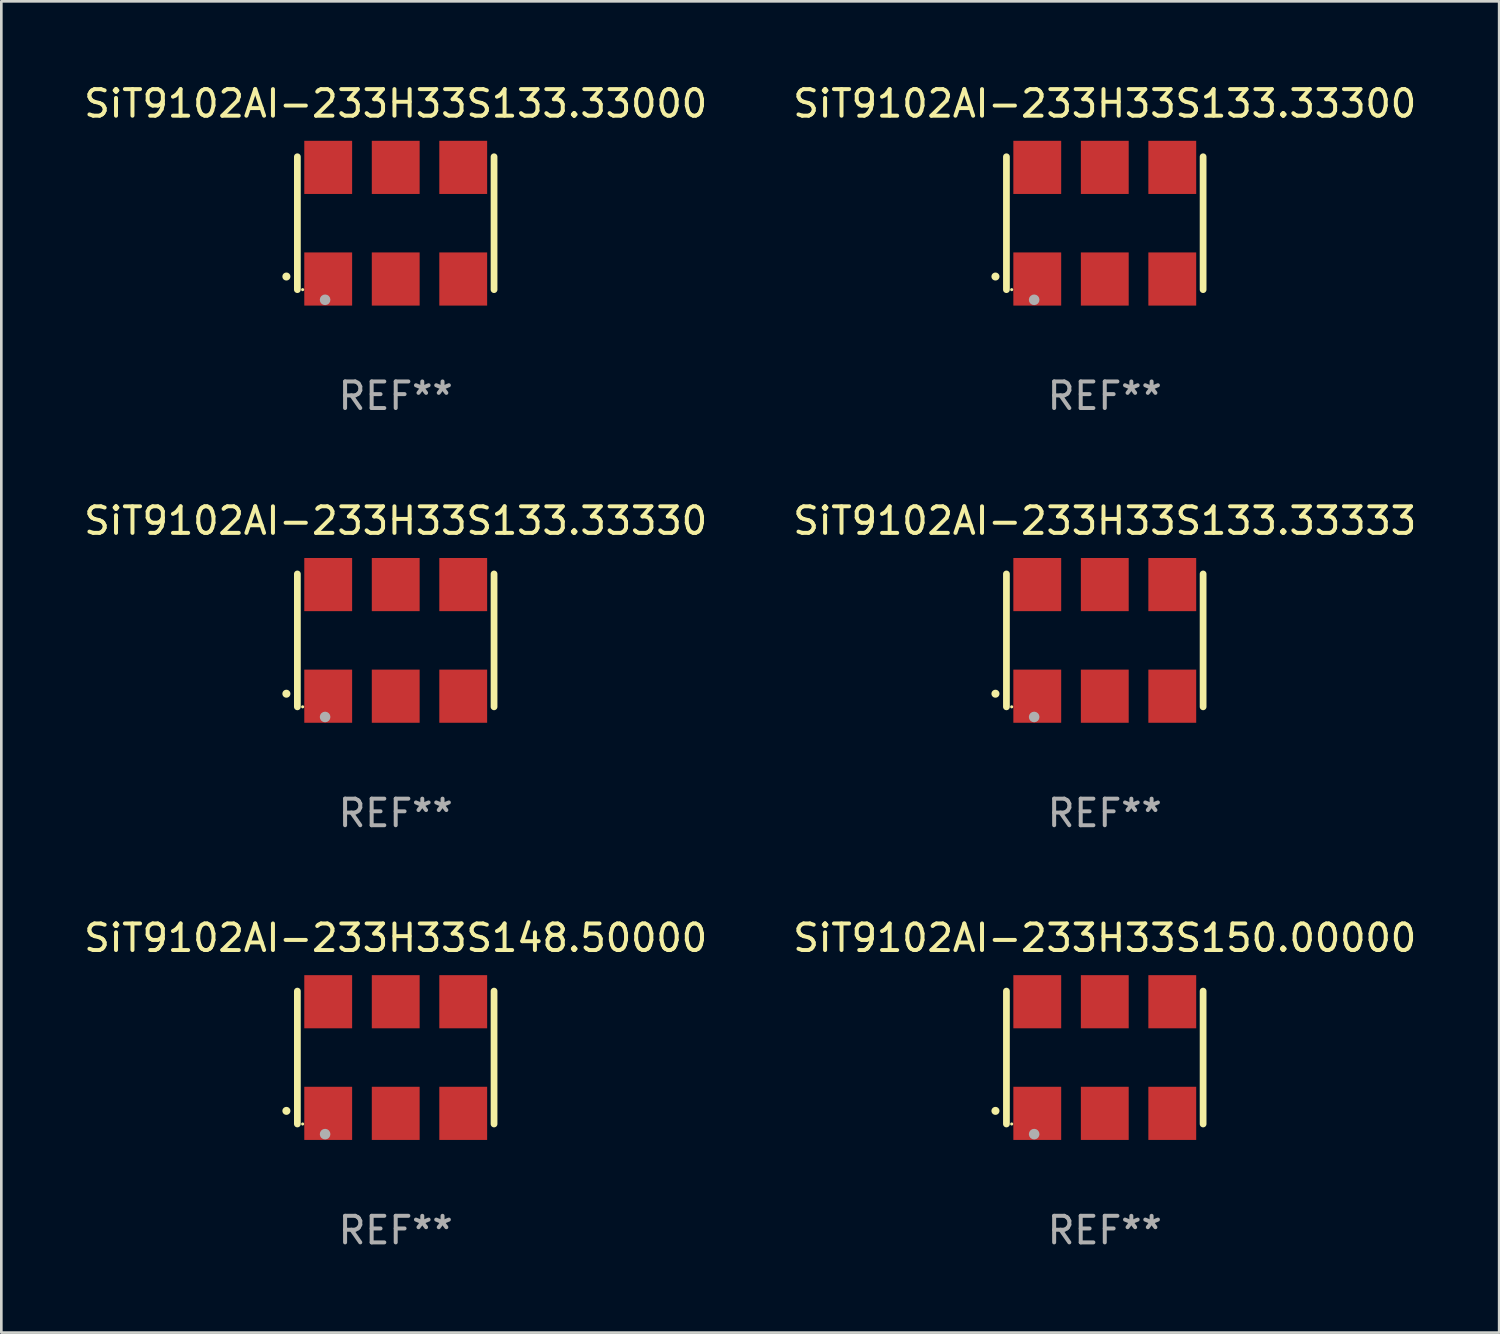
<source format=kicad_pcb>
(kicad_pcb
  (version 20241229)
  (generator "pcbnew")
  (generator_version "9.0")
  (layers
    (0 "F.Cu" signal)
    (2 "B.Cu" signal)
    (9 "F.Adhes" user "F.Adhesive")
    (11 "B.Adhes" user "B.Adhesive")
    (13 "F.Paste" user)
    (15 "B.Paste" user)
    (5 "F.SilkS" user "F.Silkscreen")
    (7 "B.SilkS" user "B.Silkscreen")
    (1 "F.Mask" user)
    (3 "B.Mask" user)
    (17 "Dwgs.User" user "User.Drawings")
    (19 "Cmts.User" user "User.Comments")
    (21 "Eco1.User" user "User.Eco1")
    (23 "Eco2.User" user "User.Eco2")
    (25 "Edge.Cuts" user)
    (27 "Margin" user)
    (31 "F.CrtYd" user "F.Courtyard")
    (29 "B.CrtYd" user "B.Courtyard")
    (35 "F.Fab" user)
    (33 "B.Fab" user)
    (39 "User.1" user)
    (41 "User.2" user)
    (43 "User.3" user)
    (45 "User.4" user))
  (footprint "SiT9102AI-233H33S133.33330"
    (layer "F.Cu")
    (at 11.839 21.045)
    (property "Reference" "SiT9102AI-233H33S133.33330" (at 0 -4.5 0) (layer "F.SilkS") (effects (font (size 1 1) (thickness 0.15))))
    (attr through_hole)
    (fp_line (start -3.7 -2.5) (end -3.7 2.5) (stroke (width 0.254) (type solid)) (layer "F.SilkS"))
    (fp_line (start 3.7 -2.5) (end 3.7 2.5) (stroke (width 0.254) (type solid)) (layer "F.SilkS"))
    (fp_arc (start -4.114415 2.006604) (mid -4.113145 2.006599) (end -4.111875 2.006604) (stroke (width 0.3) (type solid)) (layer "F.SilkS"))
    (fp_circle (center -3.502 2.5) (end -3.472 2.5) (stroke (width 0.06) (type solid)) (fill no) (layer "F.SilkS"))
    (fp_circle (center -2.657 2.882) (end -2.557 2.882) (stroke (width 0.2) (type solid)) (fill no) (layer "F.Fab"))
    (fp_text user "REF**" (at 0 6.5 0) (layer "F.Fab") (effects (font (size 1 1) (thickness 0.15))))
    (pad "1" smd rect (at -2.54 2.1) (size 1.8 2) (layers "F.Cu" "F.Mask" "F.Paste"))
    (pad "2" smd rect (at 0.000394 2.1) (size 1.8 2) (layers "F.Cu" "F.Mask" "F.Paste"))
    (pad "3" smd rect (at 2.54 2.1) (size 1.8 2) (layers "F.Cu" "F.Mask" "F.Paste"))
    (pad "4" smd rect (at 2.54 -2.1) (size 1.8 2) (layers "F.Cu" "F.Mask" "F.Paste"))
    (pad "5" smd rect (at 0.000394 -2.1) (size 1.8 2) (layers "F.Cu" "F.Mask" "F.Paste"))
    (pad "6" smd rect (at -2.54 -2.1) (size 1.8 2) (layers "F.Cu" "F.Mask" "F.Paste")))
  (footprint "SiT9102AI-233H33S150.00000"
    (layer "F.Cu")
    (at 38.518 36.741)
    (property "Reference" "SiT9102AI-233H33S150.00000" (at 0 -4.5 0) (layer "F.SilkS") (effects (font (size 1 1) (thickness 0.15))))
    (attr through_hole)
    (fp_line (start -3.7 -2.5) (end -3.7 2.5) (stroke (width 0.254) (type solid)) (layer "F.SilkS"))
    (fp_line (start 3.7 -2.5) (end 3.7 2.5) (stroke (width 0.254) (type solid)) (layer "F.SilkS"))
    (fp_arc (start -4.114415 2.006604) (mid -4.113145 2.006599) (end -4.111875 2.006604) (stroke (width 0.3) (type solid)) (layer "F.SilkS"))
    (fp_circle (center -3.502 2.5) (end -3.472 2.5) (stroke (width 0.06) (type solid)) (fill no) (layer "F.SilkS"))
    (fp_circle (center -2.657 2.882) (end -2.557 2.882) (stroke (width 0.2) (type solid)) (fill no) (layer "F.Fab"))
    (fp_text user "REF**" (at 0 6.5 0) (layer "F.Fab") (effects (font (size 1 1) (thickness 0.15))))
    (pad "1" smd rect (at -2.54 2.1) (size 1.8 2) (layers "F.Cu" "F.Mask" "F.Paste"))
    (pad "2" smd rect (at 0.000394 2.1) (size 1.8 2) (layers "F.Cu" "F.Mask" "F.Paste"))
    (pad "3" smd rect (at 2.54 2.1) (size 1.8 2) (layers "F.Cu" "F.Mask" "F.Paste"))
    (pad "4" smd rect (at 2.54 -2.1) (size 1.8 2) (layers "F.Cu" "F.Mask" "F.Paste"))
    (pad "5" smd rect (at 0.000394 -2.1) (size 1.8 2) (layers "F.Cu" "F.Mask" "F.Paste"))
    (pad "6" smd rect (at -2.54 -2.1) (size 1.8 2) (layers "F.Cu" "F.Mask" "F.Paste")))
  (footprint "SiT9102AI-233H33S133.33300"
    (layer "F.Cu")
    (at 38.518 5.348)
    (property "Reference" "SiT9102AI-233H33S133.33300" (at 0 -4.5 0) (layer "F.SilkS") (effects (font (size 1 1) (thickness 0.15))))
    (attr through_hole)
    (fp_line (start -3.7 -2.5) (end -3.7 2.5) (stroke (width 0.254) (type solid)) (layer "F.SilkS"))
    (fp_line (start 3.7 -2.5) (end 3.7 2.5) (stroke (width 0.254) (type solid)) (layer "F.SilkS"))
    (fp_arc (start -4.114415 2.006604) (mid -4.113145 2.006599) (end -4.111875 2.006604) (stroke (width 0.3) (type solid)) (layer "F.SilkS"))
    (fp_circle (center -3.502 2.5) (end -3.472 2.5) (stroke (width 0.06) (type solid)) (fill no) (layer "F.SilkS"))
    (fp_circle (center -2.657 2.882) (end -2.557 2.882) (stroke (width 0.2) (type solid)) (fill no) (layer "F.Fab"))
    (fp_text user "REF**" (at 0 6.5 0) (layer "F.Fab") (effects (font (size 1 1) (thickness 0.15))))
    (pad "1" smd rect (at -2.54 2.1) (size 1.8 2) (layers "F.Cu" "F.Mask" "F.Paste"))
    (pad "2" smd rect (at 0.000394 2.1) (size 1.8 2) (layers "F.Cu" "F.Mask" "F.Paste"))
    (pad "3" smd rect (at 2.54 2.1) (size 1.8 2) (layers "F.Cu" "F.Mask" "F.Paste"))
    (pad "4" smd rect (at 2.54 -2.1) (size 1.8 2) (layers "F.Cu" "F.Mask" "F.Paste"))
    (pad "5" smd rect (at 0.000394 -2.1) (size 1.8 2) (layers "F.Cu" "F.Mask" "F.Paste"))
    (pad "6" smd rect (at -2.54 -2.1) (size 1.8 2) (layers "F.Cu" "F.Mask" "F.Paste")))
  (footprint "SiT9102AI-233H33S133.33000"
    (layer "F.Cu")
    (at 11.839 5.348)
    (property "Reference" "SiT9102AI-233H33S133.33000" (at 0 -4.5 0) (layer "F.SilkS") (effects (font (size 1 1) (thickness 0.15))))
    (attr through_hole)
    (fp_line (start -3.7 -2.5) (end -3.7 2.5) (stroke (width 0.254) (type solid)) (layer "F.SilkS"))
    (fp_line (start 3.7 -2.5) (end 3.7 2.5) (stroke (width 0.254) (type solid)) (layer "F.SilkS"))
    (fp_arc (start -4.114415 2.006604) (mid -4.113145 2.006599) (end -4.111875 2.006604) (stroke (width 0.3) (type solid)) (layer "F.SilkS"))
    (fp_circle (center -3.502 2.5) (end -3.472 2.5) (stroke (width 0.06) (type solid)) (fill no) (layer "F.SilkS"))
    (fp_circle (center -2.657 2.882) (end -2.557 2.882) (stroke (width 0.2) (type solid)) (fill no) (layer "F.Fab"))
    (fp_text user "REF**" (at 0 6.5 0) (layer "F.Fab") (effects (font (size 1 1) (thickness 0.15))))
    (pad "1" smd rect (at -2.54 2.1) (size 1.8 2) (layers "F.Cu" "F.Mask" "F.Paste"))
    (pad "2" smd rect (at 0.000394 2.1) (size 1.8 2) (layers "F.Cu" "F.Mask" "F.Paste"))
    (pad "3" smd rect (at 2.54 2.1) (size 1.8 2) (layers "F.Cu" "F.Mask" "F.Paste"))
    (pad "4" smd rect (at 2.54 -2.1) (size 1.8 2) (layers "F.Cu" "F.Mask" "F.Paste"))
    (pad "5" smd rect (at 0.000394 -2.1) (size 1.8 2) (layers "F.Cu" "F.Mask" "F.Paste"))
    (pad "6" smd rect (at -2.54 -2.1) (size 1.8 2) (layers "F.Cu" "F.Mask" "F.Paste")))
  (footprint "SiT9102AI-233H33S148.50000"
    (layer "F.Cu")
    (at 11.839 36.741)
    (property "Reference" "SiT9102AI-233H33S148.50000" (at 0 -4.5 0) (layer "F.SilkS") (effects (font (size 1 1) (thickness 0.15))))
    (attr through_hole)
    (fp_line (start -3.7 -2.5) (end -3.7 2.5) (stroke (width 0.254) (type solid)) (layer "F.SilkS"))
    (fp_line (start 3.7 -2.5) (end 3.7 2.5) (stroke (width 0.254) (type solid)) (layer "F.SilkS"))
    (fp_arc (start -4.114415 2.006604) (mid -4.113145 2.006599) (end -4.111875 2.006604) (stroke (width 0.3) (type solid)) (layer "F.SilkS"))
    (fp_circle (center -3.502 2.5) (end -3.472 2.5) (stroke (width 0.06) (type solid)) (fill no) (layer "F.SilkS"))
    (fp_circle (center -2.657 2.882) (end -2.557 2.882) (stroke (width 0.2) (type solid)) (fill no) (layer "F.Fab"))
    (fp_text user "REF**" (at 0 6.5 0) (layer "F.Fab") (effects (font (size 1 1) (thickness 0.15))))
    (pad "1" smd rect (at -2.54 2.1) (size 1.8 2) (layers "F.Cu" "F.Mask" "F.Paste"))
    (pad "2" smd rect (at 0.000394 2.1) (size 1.8 2) (layers "F.Cu" "F.Mask" "F.Paste"))
    (pad "3" smd rect (at 2.54 2.1) (size 1.8 2) (layers "F.Cu" "F.Mask" "F.Paste"))
    (pad "4" smd rect (at 2.54 -2.1) (size 1.8 2) (layers "F.Cu" "F.Mask" "F.Paste"))
    (pad "5" smd rect (at 0.000394 -2.1) (size 1.8 2) (layers "F.Cu" "F.Mask" "F.Paste"))
    (pad "6" smd rect (at -2.54 -2.1) (size 1.8 2) (layers "F.Cu" "F.Mask" "F.Paste")))
  (footprint "SiT9102AI-233H33S133.33333"
    (layer "F.Cu")
    (at 38.518 21.045)
    (property "Reference" "SiT9102AI-233H33S133.33333" (at 0 -4.5 0) (layer "F.SilkS") (effects (font (size 1 1) (thickness 0.15))))
    (attr through_hole)
    (fp_line (start -3.7 -2.5) (end -3.7 2.5) (stroke (width 0.254) (type solid)) (layer "F.SilkS"))
    (fp_line (start 3.7 -2.5) (end 3.7 2.5) (stroke (width 0.254) (type solid)) (layer "F.SilkS"))
    (fp_arc (start -4.114415 2.006604) (mid -4.113145 2.006599) (end -4.111875 2.006604) (stroke (width 0.3) (type solid)) (layer "F.SilkS"))
    (fp_circle (center -3.502 2.5) (end -3.472 2.5) (stroke (width 0.06) (type solid)) (fill no) (layer "F.SilkS"))
    (fp_circle (center -2.657 2.882) (end -2.557 2.882) (stroke (width 0.2) (type solid)) (fill no) (layer "F.Fab"))
    (fp_text user "REF**" (at 0 6.5 0) (layer "F.Fab") (effects (font (size 1 1) (thickness 0.15))))
    (pad "1" smd rect (at -2.54 2.1) (size 1.8 2) (layers "F.Cu" "F.Mask" "F.Paste"))
    (pad "2" smd rect (at 0.000394 2.1) (size 1.8 2) (layers "F.Cu" "F.Mask" "F.Paste"))
    (pad "3" smd rect (at 2.54 2.1) (size 1.8 2) (layers "F.Cu" "F.Mask" "F.Paste"))
    (pad "4" smd rect (at 2.54 -2.1) (size 1.8 2) (layers "F.Cu" "F.Mask" "F.Paste"))
    (pad "5" smd rect (at 0.000394 -2.1) (size 1.8 2) (layers "F.Cu" "F.Mask" "F.Paste"))
    (pad "6" smd rect (at -2.54 -2.1) (size 1.8 2) (layers "F.Cu" "F.Mask" "F.Paste")))
  (gr_rect
    (start -3 -3)
    (end 53.357 47.09)
    (stroke (width 0.1) (type default))
    (fill no)
    (layer "Edge.Cuts")))
</source>
